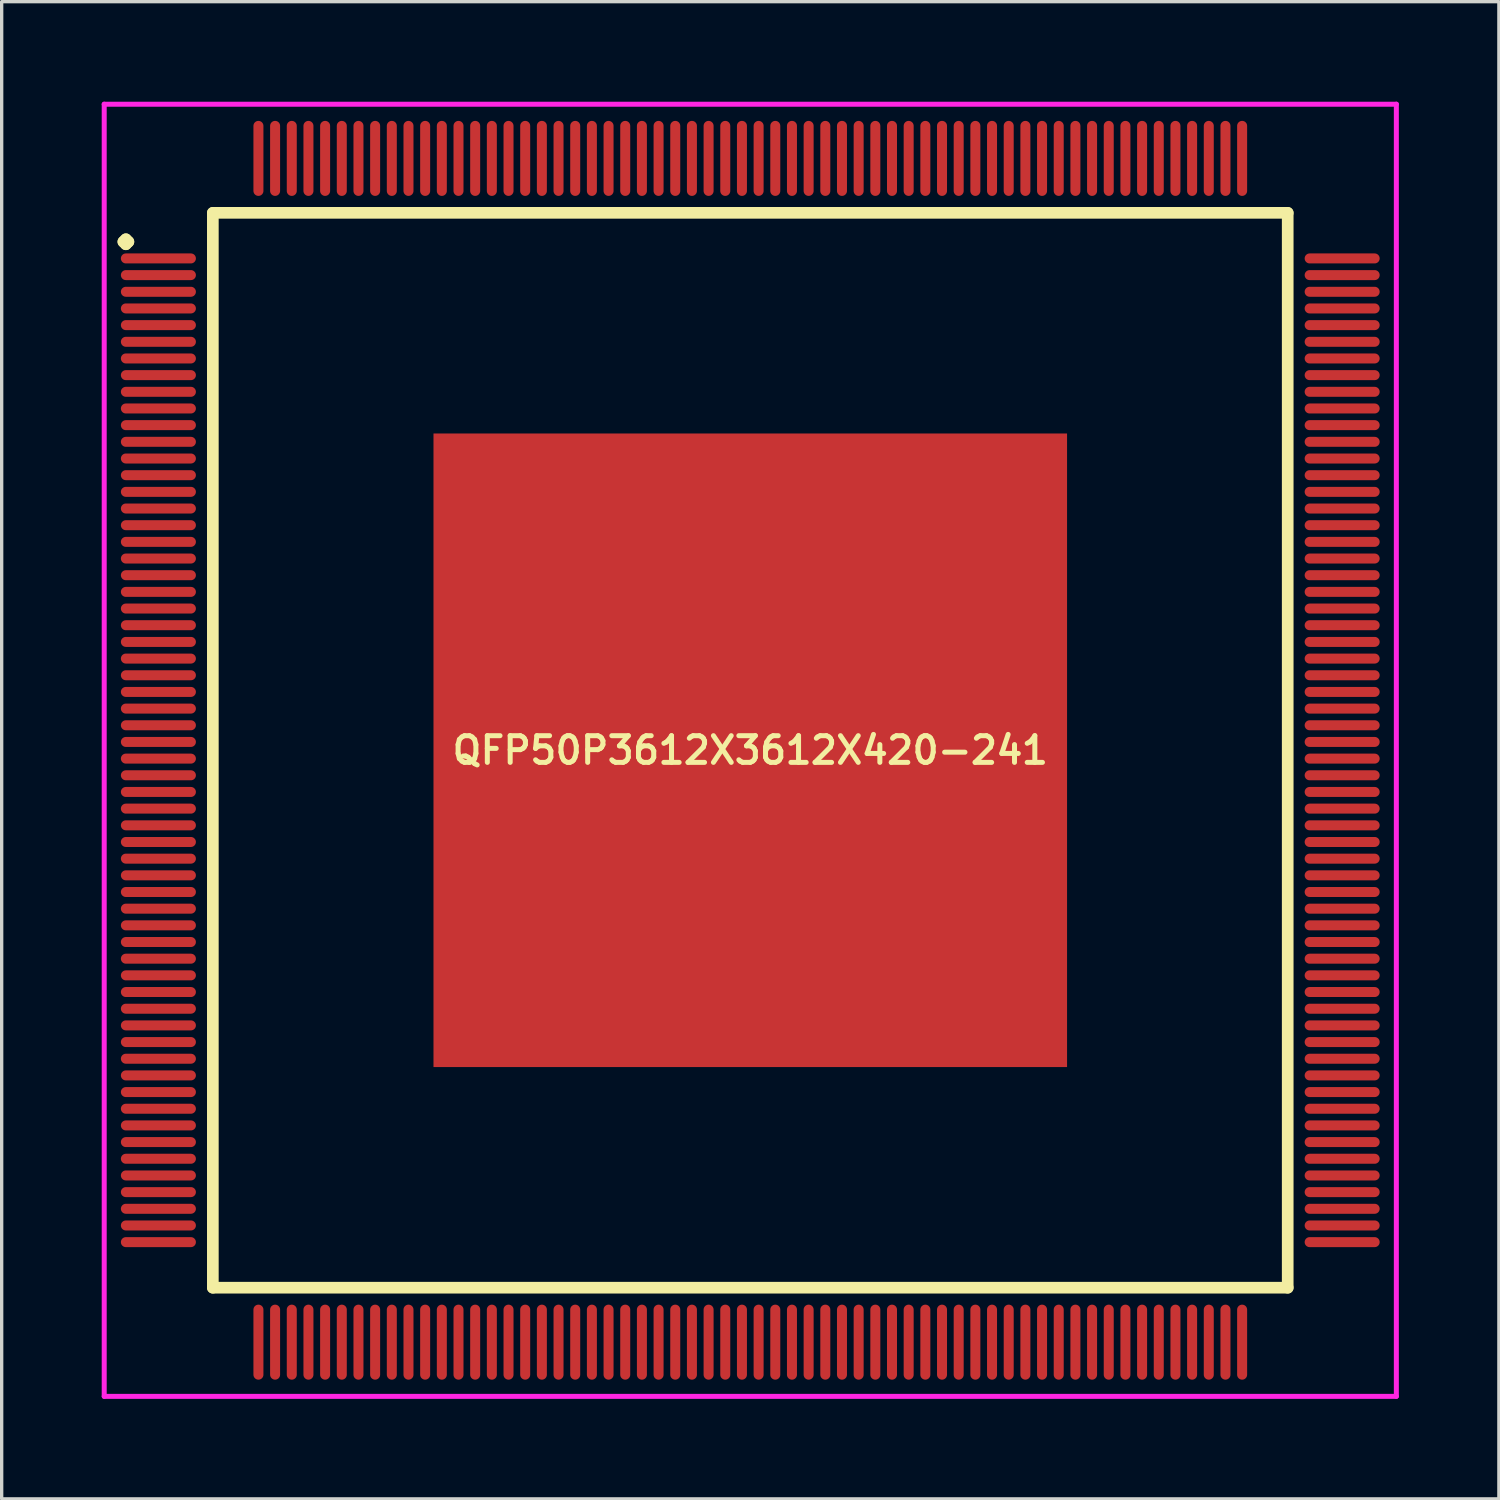
<source format=kicad_pcb>
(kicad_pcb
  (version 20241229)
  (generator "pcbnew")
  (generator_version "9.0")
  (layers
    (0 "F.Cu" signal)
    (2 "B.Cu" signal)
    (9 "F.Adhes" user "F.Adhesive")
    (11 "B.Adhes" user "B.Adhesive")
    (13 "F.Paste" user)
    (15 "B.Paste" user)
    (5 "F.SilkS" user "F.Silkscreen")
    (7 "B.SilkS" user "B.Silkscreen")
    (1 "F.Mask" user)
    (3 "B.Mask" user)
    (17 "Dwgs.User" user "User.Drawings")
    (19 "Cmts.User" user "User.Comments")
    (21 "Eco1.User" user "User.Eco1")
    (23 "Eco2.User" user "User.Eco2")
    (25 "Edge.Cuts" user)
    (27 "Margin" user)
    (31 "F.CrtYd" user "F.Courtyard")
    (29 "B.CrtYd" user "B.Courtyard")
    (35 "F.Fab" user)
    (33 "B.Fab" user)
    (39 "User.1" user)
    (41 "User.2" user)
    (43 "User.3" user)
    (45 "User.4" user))
  (footprint "QFP50P3612X3612X420-241"
    (layer "F.Cu")
    (at 19.45 19.45)
    (property "Reference" "QFP50P3612X3612X420-241" (at 0 0 0) (layer "F.SilkS") (effects (font (size 0.8 0.8) (thickness 0.15))))
    (attr smd)
    (fp_line (start -18.8 -15.25) (end -18.725 -15.325) (stroke (width 0.35) (type solid)) (layer "F.SilkS"))
    (fp_line (start -18.725 -15.325) (end -18.65 -15.25) (stroke (width 0.35) (type solid)) (layer "F.SilkS"))
    (fp_line (start -18.725 -15.175) (end -18.8 -15.25) (stroke (width 0.35) (type solid)) (layer "F.SilkS"))
    (fp_line (start -18.65 -15.25) (end -18.725 -15.175) (stroke (width 0.35) (type solid)) (layer "F.SilkS"))
    (fp_line (start -16.117 -16.117) (end -16.117 16.117) (stroke (width 0.35) (type solid)) (layer "F.SilkS"))
    (fp_line (start -16.117 16.117) (end 16.117 16.117) (stroke (width 0.35) (type solid)) (layer "F.SilkS"))
    (fp_line (start 16.117 -16.117) (end -16.117 -16.117) (stroke (width 0.35) (type solid)) (layer "F.SilkS"))
    (fp_line (start 16.117 16.117) (end 16.117 -16.117) (stroke (width 0.35) (type solid)) (layer "F.SilkS"))
    (fp_line (start -19.375 -19.375) (end 19.375 -19.375) (stroke (width 0.15) (type solid)) (layer "F.CrtYd"))
    (fp_line (start -19.375 19.375) (end -19.375 -19.375) (stroke (width 0.15) (type solid)) (layer "F.CrtYd"))
    (fp_line (start 19.375 -19.375) (end 19.375 19.375) (stroke (width 0.15) (type solid)) (layer "F.CrtYd"))
    (fp_line (start 19.375 19.375) (end -19.375 19.375) (stroke (width 0.15) (type solid)) (layer "F.CrtYd"))
    (pad "1" smd oval (at -17.75 -14.75) (size 2.25 0.3) (layers "F.Cu" "F.Mask" "F.Paste"))
    (pad "2" smd oval (at -17.75 -14.25) (size 2.25 0.3) (layers "F.Cu" "F.Mask" "F.Paste"))
    (pad "3" smd oval (at -17.75 -13.75) (size 2.25 0.3) (layers "F.Cu" "F.Mask" "F.Paste"))
    (pad "4" smd oval (at -17.75 -13.25) (size 2.25 0.3) (layers "F.Cu" "F.Mask" "F.Paste"))
    (pad "5" smd oval (at -17.75 -12.75) (size 2.25 0.3) (layers "F.Cu" "F.Mask" "F.Paste"))
    (pad "6" smd oval (at -17.75 -12.25) (size 2.25 0.3) (layers "F.Cu" "F.Mask" "F.Paste"))
    (pad "7" smd oval (at -17.75 -11.75) (size 2.25 0.3) (layers "F.Cu" "F.Mask" "F.Paste"))
    (pad "8" smd oval (at -17.75 -11.25) (size 2.25 0.3) (layers "F.Cu" "F.Mask" "F.Paste"))
    (pad "9" smd oval (at -17.75 -10.75) (size 2.25 0.3) (layers "F.Cu" "F.Mask" "F.Paste"))
    (pad "10" smd oval (at -17.75 -10.25) (size 2.25 0.3) (layers "F.Cu" "F.Mask" "F.Paste"))
    (pad "11" smd oval (at -17.75 -9.75) (size 2.25 0.3) (layers "F.Cu" "F.Mask" "F.Paste"))
    (pad "12" smd oval (at -17.75 -9.25) (size 2.25 0.3) (layers "F.Cu" "F.Mask" "F.Paste"))
    (pad "13" smd oval (at -17.75 -8.75) (size 2.25 0.3) (layers "F.Cu" "F.Mask" "F.Paste"))
    (pad "14" smd oval (at -17.75 -8.25) (size 2.25 0.3) (layers "F.Cu" "F.Mask" "F.Paste"))
    (pad "15" smd oval (at -17.75 -7.75) (size 2.25 0.3) (layers "F.Cu" "F.Mask" "F.Paste"))
    (pad "16" smd oval (at -17.75 -7.25) (size 2.25 0.3) (layers "F.Cu" "F.Mask" "F.Paste"))
    (pad "17" smd oval (at -17.75 -6.75) (size 2.25 0.3) (layers "F.Cu" "F.Mask" "F.Paste"))
    (pad "18" smd oval (at -17.75 -6.25) (size 2.25 0.3) (layers "F.Cu" "F.Mask" "F.Paste"))
    (pad "19" smd oval (at -17.75 -5.75) (size 2.25 0.3) (layers "F.Cu" "F.Mask" "F.Paste"))
    (pad "20" smd oval (at -17.75 -5.25) (size 2.25 0.3) (layers "F.Cu" "F.Mask" "F.Paste"))
    (pad "21" smd oval (at -17.75 -4.75) (size 2.25 0.3) (layers "F.Cu" "F.Mask" "F.Paste"))
    (pad "22" smd oval (at -17.75 -4.25) (size 2.25 0.3) (layers "F.Cu" "F.Mask" "F.Paste"))
    (pad "23" smd oval (at -17.75 -3.75) (size 2.25 0.3) (layers "F.Cu" "F.Mask" "F.Paste"))
    (pad "24" smd oval (at -17.75 -3.25) (size 2.25 0.3) (layers "F.Cu" "F.Mask" "F.Paste"))
    (pad "25" smd oval (at -17.75 -2.75) (size 2.25 0.3) (layers "F.Cu" "F.Mask" "F.Paste"))
    (pad "26" smd oval (at -17.75 -2.25) (size 2.25 0.3) (layers "F.Cu" "F.Mask" "F.Paste"))
    (pad "27" smd oval (at -17.75 -1.75) (size 2.25 0.3) (layers "F.Cu" "F.Mask" "F.Paste"))
    (pad "28" smd oval (at -17.75 -1.25) (size 2.25 0.3) (layers "F.Cu" "F.Mask" "F.Paste"))
    (pad "29" smd oval (at -17.75 -0.75) (size 2.25 0.3) (layers "F.Cu" "F.Mask" "F.Paste"))
    (pad "30" smd oval (at -17.75 -0.25) (size 2.25 0.3) (layers "F.Cu" "F.Mask" "F.Paste"))
    (pad "31" smd oval (at -17.75 0.25) (size 2.25 0.3) (layers "F.Cu" "F.Mask" "F.Paste"))
    (pad "32" smd oval (at -17.75 0.75) (size 2.25 0.3) (layers "F.Cu" "F.Mask" "F.Paste"))
    (pad "33" smd oval (at -17.75 1.25) (size 2.25 0.3) (layers "F.Cu" "F.Mask" "F.Paste"))
    (pad "34" smd oval (at -17.75 1.75) (size 2.25 0.3) (layers "F.Cu" "F.Mask" "F.Paste"))
    (pad "35" smd oval (at -17.75 2.25) (size 2.25 0.3) (layers "F.Cu" "F.Mask" "F.Paste"))
    (pad "36" smd oval (at -17.75 2.75) (size 2.25 0.3) (layers "F.Cu" "F.Mask" "F.Paste"))
    (pad "37" smd oval (at -17.75 3.25) (size 2.25 0.3) (layers "F.Cu" "F.Mask" "F.Paste"))
    (pad "38" smd oval (at -17.75 3.75) (size 2.25 0.3) (layers "F.Cu" "F.Mask" "F.Paste"))
    (pad "39" smd oval (at -17.75 4.25) (size 2.25 0.3) (layers "F.Cu" "F.Mask" "F.Paste"))
    (pad "40" smd oval (at -17.75 4.75) (size 2.25 0.3) (layers "F.Cu" "F.Mask" "F.Paste"))
    (pad "41" smd oval (at -17.75 5.25) (size 2.25 0.3) (layers "F.Cu" "F.Mask" "F.Paste"))
    (pad "42" smd oval (at -17.75 5.75) (size 2.25 0.3) (layers "F.Cu" "F.Mask" "F.Paste"))
    (pad "43" smd oval (at -17.75 6.25) (size 2.25 0.3) (layers "F.Cu" "F.Mask" "F.Paste"))
    (pad "44" smd oval (at -17.75 6.75) (size 2.25 0.3) (layers "F.Cu" "F.Mask" "F.Paste"))
    (pad "45" smd oval (at -17.75 7.25) (size 2.25 0.3) (layers "F.Cu" "F.Mask" "F.Paste"))
    (pad "46" smd oval (at -17.75 7.75) (size 2.25 0.3) (layers "F.Cu" "F.Mask" "F.Paste"))
    (pad "47" smd oval (at -17.75 8.25) (size 2.25 0.3) (layers "F.Cu" "F.Mask" "F.Paste"))
    (pad "48" smd oval (at -17.75 8.75) (size 2.25 0.3) (layers "F.Cu" "F.Mask" "F.Paste"))
    (pad "49" smd oval (at -17.75 9.25) (size 2.25 0.3) (layers "F.Cu" "F.Mask" "F.Paste"))
    (pad "50" smd oval (at -17.75 9.75) (size 2.25 0.3) (layers "F.Cu" "F.Mask" "F.Paste"))
    (pad "51" smd oval (at -17.75 10.25) (size 2.25 0.3) (layers "F.Cu" "F.Mask" "F.Paste"))
    (pad "52" smd oval (at -17.75 10.75) (size 2.25 0.3) (layers "F.Cu" "F.Mask" "F.Paste"))
    (pad "53" smd oval (at -17.75 11.25) (size 2.25 0.3) (layers "F.Cu" "F.Mask" "F.Paste"))
    (pad "54" smd oval (at -17.75 11.75) (size 2.25 0.3) (layers "F.Cu" "F.Mask" "F.Paste"))
    (pad "55" smd oval (at -17.75 12.25) (size 2.25 0.3) (layers "F.Cu" "F.Mask" "F.Paste"))
    (pad "56" smd oval (at -17.75 12.75) (size 2.25 0.3) (layers "F.Cu" "F.Mask" "F.Paste"))
    (pad "57" smd oval (at -17.75 13.25) (size 2.25 0.3) (layers "F.Cu" "F.Mask" "F.Paste"))
    (pad "58" smd oval (at -17.75 13.75) (size 2.25 0.3) (layers "F.Cu" "F.Mask" "F.Paste"))
    (pad "59" smd oval (at -17.75 14.25) (size 2.25 0.3) (layers "F.Cu" "F.Mask" "F.Paste"))
    (pad "60" smd oval (at -17.75 14.75) (size 2.25 0.3) (layers "F.Cu" "F.Mask" "F.Paste"))
    (pad "61" smd oval (at -14.75 17.75) (size 0.3 2.25) (layers "F.Cu" "F.Mask" "F.Paste"))
    (pad "62" smd oval (at -14.25 17.75) (size 0.3 2.25) (layers "F.Cu" "F.Mask" "F.Paste"))
    (pad "63" smd oval (at -13.75 17.75) (size 0.3 2.25) (layers "F.Cu" "F.Mask" "F.Paste"))
    (pad "64" smd oval (at -13.25 17.75) (size 0.3 2.25) (layers "F.Cu" "F.Mask" "F.Paste"))
    (pad "65" smd oval (at -12.75 17.75) (size 0.3 2.25) (layers "F.Cu" "F.Mask" "F.Paste"))
    (pad "66" smd oval (at -12.25 17.75) (size 0.3 2.25) (layers "F.Cu" "F.Mask" "F.Paste"))
    (pad "67" smd oval (at -11.75 17.75) (size 0.3 2.25) (layers "F.Cu" "F.Mask" "F.Paste"))
    (pad "68" smd oval (at -11.25 17.75) (size 0.3 2.25) (layers "F.Cu" "F.Mask" "F.Paste"))
    (pad "69" smd oval (at -10.75 17.75) (size 0.3 2.25) (layers "F.Cu" "F.Mask" "F.Paste"))
    (pad "70" smd oval (at -10.25 17.75) (size 0.3 2.25) (layers "F.Cu" "F.Mask" "F.Paste"))
    (pad "71" smd oval (at -9.75 17.75) (size 0.3 2.25) (layers "F.Cu" "F.Mask" "F.Paste"))
    (pad "72" smd oval (at -9.25 17.75) (size 0.3 2.25) (layers "F.Cu" "F.Mask" "F.Paste"))
    (pad "73" smd oval (at -8.75 17.75) (size 0.3 2.25) (layers "F.Cu" "F.Mask" "F.Paste"))
    (pad "74" smd oval (at -8.25 17.75) (size 0.3 2.25) (layers "F.Cu" "F.Mask" "F.Paste"))
    (pad "75" smd oval (at -7.75 17.75) (size 0.3 2.25) (layers "F.Cu" "F.Mask" "F.Paste"))
    (pad "76" smd oval (at -7.25 17.75) (size 0.3 2.25) (layers "F.Cu" "F.Mask" "F.Paste"))
    (pad "77" smd oval (at -6.75 17.75) (size 0.3 2.25) (layers "F.Cu" "F.Mask" "F.Paste"))
    (pad "78" smd oval (at -6.25 17.75) (size 0.3 2.25) (layers "F.Cu" "F.Mask" "F.Paste"))
    (pad "79" smd oval (at -5.75 17.75) (size 0.3 2.25) (layers "F.Cu" "F.Mask" "F.Paste"))
    (pad "80" smd oval (at -5.25 17.75) (size 0.3 2.25) (layers "F.Cu" "F.Mask" "F.Paste"))
    (pad "81" smd oval (at -4.75 17.75) (size 0.3 2.25) (layers "F.Cu" "F.Mask" "F.Paste"))
    (pad "82" smd oval (at -4.25 17.75) (size 0.3 2.25) (layers "F.Cu" "F.Mask" "F.Paste"))
    (pad "83" smd oval (at -3.75 17.75) (size 0.3 2.25) (layers "F.Cu" "F.Mask" "F.Paste"))
    (pad "84" smd oval (at -3.25 17.75) (size 0.3 2.25) (layers "F.Cu" "F.Mask" "F.Paste"))
    (pad "85" smd oval (at -2.75 17.75) (size 0.3 2.25) (layers "F.Cu" "F.Mask" "F.Paste"))
    (pad "86" smd oval (at -2.25 17.75) (size 0.3 2.25) (layers "F.Cu" "F.Mask" "F.Paste"))
    (pad "87" smd oval (at -1.75 17.75) (size 0.3 2.25) (layers "F.Cu" "F.Mask" "F.Paste"))
    (pad "88" smd oval (at -1.25 17.75) (size 0.3 2.25) (layers "F.Cu" "F.Mask" "F.Paste"))
    (pad "89" smd oval (at -0.75 17.75) (size 0.3 2.25) (layers "F.Cu" "F.Mask" "F.Paste"))
    (pad "90" smd oval (at -0.25 17.75) (size 0.3 2.25) (layers "F.Cu" "F.Mask" "F.Paste"))
    (pad "91" smd oval (at 0.25 17.75) (size 0.3 2.25) (layers "F.Cu" "F.Mask" "F.Paste"))
    (pad "92" smd oval (at 0.75 17.75) (size 0.3 2.25) (layers "F.Cu" "F.Mask" "F.Paste"))
    (pad "93" smd oval (at 1.25 17.75) (size 0.3 2.25) (layers "F.Cu" "F.Mask" "F.Paste"))
    (pad "94" smd oval (at 1.75 17.75) (size 0.3 2.25) (layers "F.Cu" "F.Mask" "F.Paste"))
    (pad "95" smd oval (at 2.25 17.75) (size 0.3 2.25) (layers "F.Cu" "F.Mask" "F.Paste"))
    (pad "96" smd oval (at 2.75 17.75) (size 0.3 2.25) (layers "F.Cu" "F.Mask" "F.Paste"))
    (pad "97" smd oval (at 3.25 17.75) (size 0.3 2.25) (layers "F.Cu" "F.Mask" "F.Paste"))
    (pad "98" smd oval (at 3.75 17.75) (size 0.3 2.25) (layers "F.Cu" "F.Mask" "F.Paste"))
    (pad "99" smd oval (at 4.25 17.75) (size 0.3 2.25) (layers "F.Cu" "F.Mask" "F.Paste"))
    (pad "100" smd oval (at 4.75 17.75) (size 0.3 2.25) (layers "F.Cu" "F.Mask" "F.Paste"))
    (pad "101" smd oval (at 5.25 17.75) (size 0.3 2.25) (layers "F.Cu" "F.Mask" "F.Paste"))
    (pad "102" smd oval (at 5.75 17.75) (size 0.3 2.25) (layers "F.Cu" "F.Mask" "F.Paste"))
    (pad "103" smd oval (at 6.25 17.75) (size 0.3 2.25) (layers "F.Cu" "F.Mask" "F.Paste"))
    (pad "104" smd oval (at 6.75 17.75) (size 0.3 2.25) (layers "F.Cu" "F.Mask" "F.Paste"))
    (pad "105" smd oval (at 7.25 17.75) (size 0.3 2.25) (layers "F.Cu" "F.Mask" "F.Paste"))
    (pad "106" smd oval (at 7.75 17.75) (size 0.3 2.25) (layers "F.Cu" "F.Mask" "F.Paste"))
    (pad "107" smd oval (at 8.25 17.75) (size 0.3 2.25) (layers "F.Cu" "F.Mask" "F.Paste"))
    (pad "108" smd oval (at 8.75 17.75) (size 0.3 2.25) (layers "F.Cu" "F.Mask" "F.Paste"))
    (pad "109" smd oval (at 9.25 17.75) (size 0.3 2.25) (layers "F.Cu" "F.Mask" "F.Paste"))
    (pad "110" smd oval (at 9.75 17.75) (size 0.3 2.25) (layers "F.Cu" "F.Mask" "F.Paste"))
    (pad "111" smd oval (at 10.25 17.75) (size 0.3 2.25) (layers "F.Cu" "F.Mask" "F.Paste"))
    (pad "112" smd oval (at 10.75 17.75) (size 0.3 2.25) (layers "F.Cu" "F.Mask" "F.Paste"))
    (pad "113" smd oval (at 11.25 17.75) (size 0.3 2.25) (layers "F.Cu" "F.Mask" "F.Paste"))
    (pad "114" smd oval (at 11.75 17.75) (size 0.3 2.25) (layers "F.Cu" "F.Mask" "F.Paste"))
    (pad "115" smd oval (at 12.25 17.75) (size 0.3 2.25) (layers "F.Cu" "F.Mask" "F.Paste"))
    (pad "116" smd oval (at 12.75 17.75) (size 0.3 2.25) (layers "F.Cu" "F.Mask" "F.Paste"))
    (pad "117" smd oval (at 13.25 17.75) (size 0.3 2.25) (layers "F.Cu" "F.Mask" "F.Paste"))
    (pad "118" smd oval (at 13.75 17.75) (size 0.3 2.25) (layers "F.Cu" "F.Mask" "F.Paste"))
    (pad "119" smd oval (at 14.25 17.75) (size 0.3 2.25) (layers "F.Cu" "F.Mask" "F.Paste"))
    (pad "120" smd oval (at 14.75 17.75) (size 0.3 2.25) (layers "F.Cu" "F.Mask" "F.Paste"))
    (pad "121" smd oval (at 17.75 14.75) (size 2.25 0.3) (layers "F.Cu" "F.Mask" "F.Paste"))
    (pad "122" smd oval (at 17.75 14.25) (size 2.25 0.3) (layers "F.Cu" "F.Mask" "F.Paste"))
    (pad "123" smd oval (at 17.75 13.75) (size 2.25 0.3) (layers "F.Cu" "F.Mask" "F.Paste"))
    (pad "124" smd oval (at 17.75 13.25) (size 2.25 0.3) (layers "F.Cu" "F.Mask" "F.Paste"))
    (pad "125" smd oval (at 17.75 12.75) (size 2.25 0.3) (layers "F.Cu" "F.Mask" "F.Paste"))
    (pad "126" smd oval (at 17.75 12.25) (size 2.25 0.3) (layers "F.Cu" "F.Mask" "F.Paste"))
    (pad "127" smd oval (at 17.75 11.75) (size 2.25 0.3) (layers "F.Cu" "F.Mask" "F.Paste"))
    (pad "128" smd oval (at 17.75 11.25) (size 2.25 0.3) (layers "F.Cu" "F.Mask" "F.Paste"))
    (pad "129" smd oval (at 17.75 10.75) (size 2.25 0.3) (layers "F.Cu" "F.Mask" "F.Paste"))
    (pad "130" smd oval (at 17.75 10.25) (size 2.25 0.3) (layers "F.Cu" "F.Mask" "F.Paste"))
    (pad "131" smd oval (at 17.75 9.75) (size 2.25 0.3) (layers "F.Cu" "F.Mask" "F.Paste"))
    (pad "132" smd oval (at 17.75 9.25) (size 2.25 0.3) (layers "F.Cu" "F.Mask" "F.Paste"))
    (pad "133" smd oval (at 17.75 8.75) (size 2.25 0.3) (layers "F.Cu" "F.Mask" "F.Paste"))
    (pad "134" smd oval (at 17.75 8.25) (size 2.25 0.3) (layers "F.Cu" "F.Mask" "F.Paste"))
    (pad "135" smd oval (at 17.75 7.75) (size 2.25 0.3) (layers "F.Cu" "F.Mask" "F.Paste"))
    (pad "136" smd oval (at 17.75 7.25) (size 2.25 0.3) (layers "F.Cu" "F.Mask" "F.Paste"))
    (pad "137" smd oval (at 17.75 6.75) (size 2.25 0.3) (layers "F.Cu" "F.Mask" "F.Paste"))
    (pad "138" smd oval (at 17.75 6.25) (size 2.25 0.3) (layers "F.Cu" "F.Mask" "F.Paste"))
    (pad "139" smd oval (at 17.75 5.75) (size 2.25 0.3) (layers "F.Cu" "F.Mask" "F.Paste"))
    (pad "140" smd oval (at 17.75 5.25) (size 2.25 0.3) (layers "F.Cu" "F.Mask" "F.Paste"))
    (pad "141" smd oval (at 17.75 4.75) (size 2.25 0.3) (layers "F.Cu" "F.Mask" "F.Paste"))
    (pad "142" smd oval (at 17.75 4.25) (size 2.25 0.3) (layers "F.Cu" "F.Mask" "F.Paste"))
    (pad "143" smd oval (at 17.75 3.75) (size 2.25 0.3) (layers "F.Cu" "F.Mask" "F.Paste"))
    (pad "144" smd oval (at 17.75 3.25) (size 2.25 0.3) (layers "F.Cu" "F.Mask" "F.Paste"))
    (pad "145" smd oval (at 17.75 2.75) (size 2.25 0.3) (layers "F.Cu" "F.Mask" "F.Paste"))
    (pad "146" smd oval (at 17.75 2.25) (size 2.25 0.3) (layers "F.Cu" "F.Mask" "F.Paste"))
    (pad "147" smd oval (at 17.75 1.75) (size 2.25 0.3) (layers "F.Cu" "F.Mask" "F.Paste"))
    (pad "148" smd oval (at 17.75 1.25) (size 2.25 0.3) (layers "F.Cu" "F.Mask" "F.Paste"))
    (pad "149" smd oval (at 17.75 0.75) (size 2.25 0.3) (layers "F.Cu" "F.Mask" "F.Paste"))
    (pad "150" smd oval (at 17.75 0.25) (size 2.25 0.3) (layers "F.Cu" "F.Mask" "F.Paste"))
    (pad "151" smd oval (at 17.75 -0.25) (size 2.25 0.3) (layers "F.Cu" "F.Mask" "F.Paste"))
    (pad "152" smd oval (at 17.75 -0.75) (size 2.25 0.3) (layers "F.Cu" "F.Mask" "F.Paste"))
    (pad "153" smd oval (at 17.75 -1.25) (size 2.25 0.3) (layers "F.Cu" "F.Mask" "F.Paste"))
    (pad "154" smd oval (at 17.75 -1.75) (size 2.25 0.3) (layers "F.Cu" "F.Mask" "F.Paste"))
    (pad "155" smd oval (at 17.75 -2.25) (size 2.25 0.3) (layers "F.Cu" "F.Mask" "F.Paste"))
    (pad "156" smd oval (at 17.75 -2.75) (size 2.25 0.3) (layers "F.Cu" "F.Mask" "F.Paste"))
    (pad "157" smd oval (at 17.75 -3.25) (size 2.25 0.3) (layers "F.Cu" "F.Mask" "F.Paste"))
    (pad "158" smd oval (at 17.75 -3.75) (size 2.25 0.3) (layers "F.Cu" "F.Mask" "F.Paste"))
    (pad "159" smd oval (at 17.75 -4.25) (size 2.25 0.3) (layers "F.Cu" "F.Mask" "F.Paste"))
    (pad "160" smd oval (at 17.75 -4.75) (size 2.25 0.3) (layers "F.Cu" "F.Mask" "F.Paste"))
    (pad "161" smd oval (at 17.75 -5.25) (size 2.25 0.3) (layers "F.Cu" "F.Mask" "F.Paste"))
    (pad "162" smd oval (at 17.75 -5.75) (size 2.25 0.3) (layers "F.Cu" "F.Mask" "F.Paste"))
    (pad "163" smd oval (at 17.75 -6.25) (size 2.25 0.3) (layers "F.Cu" "F.Mask" "F.Paste"))
    (pad "164" smd oval (at 17.75 -6.75) (size 2.25 0.3) (layers "F.Cu" "F.Mask" "F.Paste"))
    (pad "165" smd oval (at 17.75 -7.25) (size 2.25 0.3) (layers "F.Cu" "F.Mask" "F.Paste"))
    (pad "166" smd oval (at 17.75 -7.75) (size 2.25 0.3) (layers "F.Cu" "F.Mask" "F.Paste"))
    (pad "167" smd oval (at 17.75 -8.25) (size 2.25 0.3) (layers "F.Cu" "F.Mask" "F.Paste"))
    (pad "168" smd oval (at 17.75 -8.75) (size 2.25 0.3) (layers "F.Cu" "F.Mask" "F.Paste"))
    (pad "169" smd oval (at 17.75 -9.25) (size 2.25 0.3) (layers "F.Cu" "F.Mask" "F.Paste"))
    (pad "170" smd oval (at 17.75 -9.75) (size 2.25 0.3) (layers "F.Cu" "F.Mask" "F.Paste"))
    (pad "171" smd oval (at 17.75 -10.25) (size 2.25 0.3) (layers "F.Cu" "F.Mask" "F.Paste"))
    (pad "172" smd oval (at 17.75 -10.75) (size 2.25 0.3) (layers "F.Cu" "F.Mask" "F.Paste"))
    (pad "173" smd oval (at 17.75 -11.25) (size 2.25 0.3) (layers "F.Cu" "F.Mask" "F.Paste"))
    (pad "174" smd oval (at 17.75 -11.75) (size 2.25 0.3) (layers "F.Cu" "F.Mask" "F.Paste"))
    (pad "175" smd oval (at 17.75 -12.25) (size 2.25 0.3) (layers "F.Cu" "F.Mask" "F.Paste"))
    (pad "176" smd oval (at 17.75 -12.75) (size 2.25 0.3) (layers "F.Cu" "F.Mask" "F.Paste"))
    (pad "177" smd oval (at 17.75 -13.25) (size 2.25 0.3) (layers "F.Cu" "F.Mask" "F.Paste"))
    (pad "178" smd oval (at 17.75 -13.75) (size 2.25 0.3) (layers "F.Cu" "F.Mask" "F.Paste"))
    (pad "179" smd oval (at 17.75 -14.25) (size 2.25 0.3) (layers "F.Cu" "F.Mask" "F.Paste"))
    (pad "180" smd oval (at 17.75 -14.75) (size 2.25 0.3) (layers "F.Cu" "F.Mask" "F.Paste"))
    (pad "181" smd oval (at 14.75 -17.75) (size 0.3 2.25) (layers "F.Cu" "F.Mask" "F.Paste"))
    (pad "182" smd oval (at 14.25 -17.75) (size 0.3 2.25) (layers "F.Cu" "F.Mask" "F.Paste"))
    (pad "183" smd oval (at 13.75 -17.75) (size 0.3 2.25) (layers "F.Cu" "F.Mask" "F.Paste"))
    (pad "184" smd oval (at 13.25 -17.75) (size 0.3 2.25) (layers "F.Cu" "F.Mask" "F.Paste"))
    (pad "185" smd oval (at 12.75 -17.75) (size 0.3 2.25) (layers "F.Cu" "F.Mask" "F.Paste"))
    (pad "186" smd oval (at 12.25 -17.75) (size 0.3 2.25) (layers "F.Cu" "F.Mask" "F.Paste"))
    (pad "187" smd oval (at 11.75 -17.75) (size 0.3 2.25) (layers "F.Cu" "F.Mask" "F.Paste"))
    (pad "188" smd oval (at 11.25 -17.75) (size 0.3 2.25) (layers "F.Cu" "F.Mask" "F.Paste"))
    (pad "189" smd oval (at 10.75 -17.75) (size 0.3 2.25) (layers "F.Cu" "F.Mask" "F.Paste"))
    (pad "190" smd oval (at 10.25 -17.75) (size 0.3 2.25) (layers "F.Cu" "F.Mask" "F.Paste"))
    (pad "191" smd oval (at 9.75 -17.75) (size 0.3 2.25) (layers "F.Cu" "F.Mask" "F.Paste"))
    (pad "192" smd oval (at 9.25 -17.75) (size 0.3 2.25) (layers "F.Cu" "F.Mask" "F.Paste"))
    (pad "193" smd oval (at 8.75 -17.75) (size 0.3 2.25) (layers "F.Cu" "F.Mask" "F.Paste"))
    (pad "194" smd oval (at 8.25 -17.75) (size 0.3 2.25) (layers "F.Cu" "F.Mask" "F.Paste"))
    (pad "195" smd oval (at 7.75 -17.75) (size 0.3 2.25) (layers "F.Cu" "F.Mask" "F.Paste"))
    (pad "196" smd oval (at 7.25 -17.75) (size 0.3 2.25) (layers "F.Cu" "F.Mask" "F.Paste"))
    (pad "197" smd oval (at 6.75 -17.75) (size 0.3 2.25) (layers "F.Cu" "F.Mask" "F.Paste"))
    (pad "198" smd oval (at 6.25 -17.75) (size 0.3 2.25) (layers "F.Cu" "F.Mask" "F.Paste"))
    (pad "199" smd oval (at 5.75 -17.75) (size 0.3 2.25) (layers "F.Cu" "F.Mask" "F.Paste"))
    (pad "200" smd oval (at 5.25 -17.75) (size 0.3 2.25) (layers "F.Cu" "F.Mask" "F.Paste"))
    (pad "201" smd oval (at 4.75 -17.75) (size 0.3 2.25) (layers "F.Cu" "F.Mask" "F.Paste"))
    (pad "202" smd oval (at 4.25 -17.75) (size 0.3 2.25) (layers "F.Cu" "F.Mask" "F.Paste"))
    (pad "203" smd oval (at 3.75 -17.75) (size 0.3 2.25) (layers "F.Cu" "F.Mask" "F.Paste"))
    (pad "204" smd oval (at 3.25 -17.75) (size 0.3 2.25) (layers "F.Cu" "F.Mask" "F.Paste"))
    (pad "205" smd oval (at 2.75 -17.75) (size 0.3 2.25) (layers "F.Cu" "F.Mask" "F.Paste"))
    (pad "206" smd oval (at 2.25 -17.75) (size 0.3 2.25) (layers "F.Cu" "F.Mask" "F.Paste"))
    (pad "207" smd oval (at 1.75 -17.75) (size 0.3 2.25) (layers "F.Cu" "F.Mask" "F.Paste"))
    (pad "208" smd oval (at 1.25 -17.75) (size 0.3 2.25) (layers "F.Cu" "F.Mask" "F.Paste"))
    (pad "209" smd oval (at 0.75 -17.75) (size 0.3 2.25) (layers "F.Cu" "F.Mask" "F.Paste"))
    (pad "210" smd oval (at 0.25 -17.75) (size 0.3 2.25) (layers "F.Cu" "F.Mask" "F.Paste"))
    (pad "211" smd oval (at -0.25 -17.75) (size 0.3 2.25) (layers "F.Cu" "F.Mask" "F.Paste"))
    (pad "212" smd oval (at -0.75 -17.75) (size 0.3 2.25) (layers "F.Cu" "F.Mask" "F.Paste"))
    (pad "213" smd oval (at -1.25 -17.75) (size 0.3 2.25) (layers "F.Cu" "F.Mask" "F.Paste"))
    (pad "214" smd oval (at -1.75 -17.75) (size 0.3 2.25) (layers "F.Cu" "F.Mask" "F.Paste"))
    (pad "215" smd oval (at -2.25 -17.75) (size 0.3 2.25) (layers "F.Cu" "F.Mask" "F.Paste"))
    (pad "216" smd oval (at -2.75 -17.75) (size 0.3 2.25) (layers "F.Cu" "F.Mask" "F.Paste"))
    (pad "217" smd oval (at -3.25 -17.75) (size 0.3 2.25) (layers "F.Cu" "F.Mask" "F.Paste"))
    (pad "218" smd oval (at -3.75 -17.75) (size 0.3 2.25) (layers "F.Cu" "F.Mask" "F.Paste"))
    (pad "219" smd oval (at -4.25 -17.75) (size 0.3 2.25) (layers "F.Cu" "F.Mask" "F.Paste"))
    (pad "220" smd oval (at -4.75 -17.75) (size 0.3 2.25) (layers "F.Cu" "F.Mask" "F.Paste"))
    (pad "221" smd oval (at -5.25 -17.75) (size 0.3 2.25) (layers "F.Cu" "F.Mask" "F.Paste"))
    (pad "222" smd oval (at -5.75 -17.75) (size 0.3 2.25) (layers "F.Cu" "F.Mask" "F.Paste"))
    (pad "223" smd oval (at -6.25 -17.75) (size 0.3 2.25) (layers "F.Cu" "F.Mask" "F.Paste"))
    (pad "224" smd oval (at -6.75 -17.75) (size 0.3 2.25) (layers "F.Cu" "F.Mask" "F.Paste"))
    (pad "225" smd oval (at -7.25 -17.75) (size 0.3 2.25) (layers "F.Cu" "F.Mask" "F.Paste"))
    (pad "226" smd oval (at -7.75 -17.75) (size 0.3 2.25) (layers "F.Cu" "F.Mask" "F.Paste"))
    (pad "227" smd oval (at -8.25 -17.75) (size 0.3 2.25) (layers "F.Cu" "F.Mask" "F.Paste"))
    (pad "228" smd oval (at -8.75 -17.75) (size 0.3 2.25) (layers "F.Cu" "F.Mask" "F.Paste"))
    (pad "229" smd oval (at -9.25 -17.75) (size 0.3 2.25) (layers "F.Cu" "F.Mask" "F.Paste"))
    (pad "230" smd oval (at -9.75 -17.75) (size 0.3 2.25) (layers "F.Cu" "F.Mask" "F.Paste"))
    (pad "231" smd oval (at -10.25 -17.75) (size 0.3 2.25) (layers "F.Cu" "F.Mask" "F.Paste"))
    (pad "232" smd oval (at -10.75 -17.75) (size 0.3 2.25) (layers "F.Cu" "F.Mask" "F.Paste"))
    (pad "233" smd oval (at -11.25 -17.75) (size 0.3 2.25) (layers "F.Cu" "F.Mask" "F.Paste"))
    (pad "234" smd oval (at -11.75 -17.75) (size 0.3 2.25) (layers "F.Cu" "F.Mask" "F.Paste"))
    (pad "235" smd oval (at -12.25 -17.75) (size 0.3 2.25) (layers "F.Cu" "F.Mask" "F.Paste"))
    (pad "236" smd oval (at -12.75 -17.75) (size 0.3 2.25) (layers "F.Cu" "F.Mask" "F.Paste"))
    (pad "237" smd oval (at -13.25 -17.75) (size 0.3 2.25) (layers "F.Cu" "F.Mask" "F.Paste"))
    (pad "238" smd oval (at -13.75 -17.75) (size 0.3 2.25) (layers "F.Cu" "F.Mask" "F.Paste"))
    (pad "239" smd oval (at -14.25 -17.75) (size 0.3 2.25) (layers "F.Cu" "F.Mask" "F.Paste"))
    (pad "240" smd oval (at -14.75 -17.75) (size 0.3 2.25) (layers "F.Cu" "F.Mask" "F.Paste"))
    (pad "241" smd rect (at 0 0) (size 19 19) (layers "F.Cu" "F.Mask" "F.Paste")))
  (gr_rect
    (start -3 -3)
    (end 41.9 41.9)
    (stroke (width 0.1) (type default))
    (fill no)
    (layer "Edge.Cuts")))
</source>
